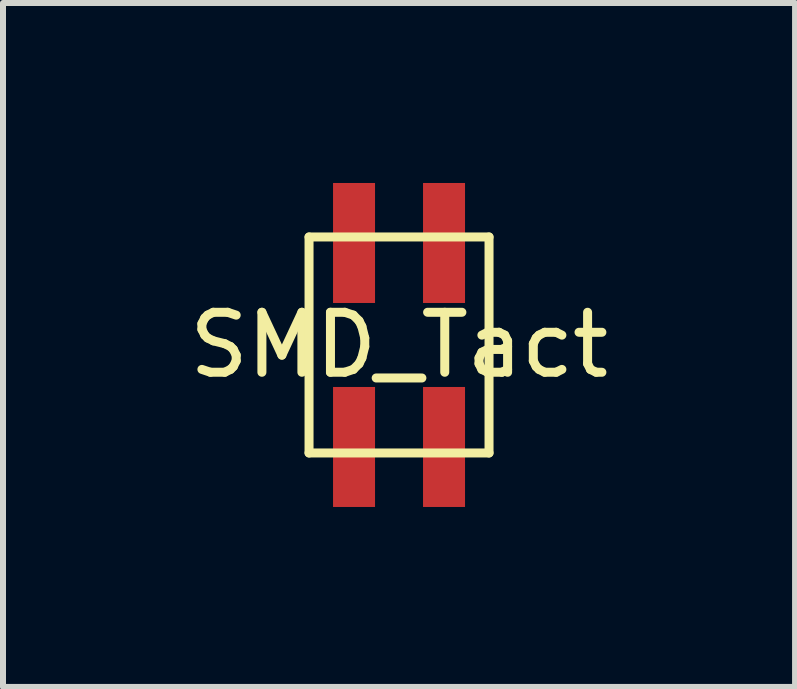
<source format=kicad_pcb>
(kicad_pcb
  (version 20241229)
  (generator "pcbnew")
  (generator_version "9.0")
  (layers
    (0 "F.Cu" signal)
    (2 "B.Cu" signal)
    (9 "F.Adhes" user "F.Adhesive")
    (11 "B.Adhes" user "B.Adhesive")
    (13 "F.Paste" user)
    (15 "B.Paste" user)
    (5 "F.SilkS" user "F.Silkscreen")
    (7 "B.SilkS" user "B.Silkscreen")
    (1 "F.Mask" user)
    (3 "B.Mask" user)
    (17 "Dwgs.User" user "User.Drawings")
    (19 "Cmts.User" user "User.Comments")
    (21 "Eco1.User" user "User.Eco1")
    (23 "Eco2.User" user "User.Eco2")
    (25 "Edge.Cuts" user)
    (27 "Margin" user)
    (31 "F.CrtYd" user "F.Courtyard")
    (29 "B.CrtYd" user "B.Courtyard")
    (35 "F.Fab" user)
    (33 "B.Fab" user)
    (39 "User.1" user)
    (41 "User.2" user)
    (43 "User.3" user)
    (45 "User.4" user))
  (footprint "SMD_Tact"
    (layer "F.Cu")
    (at 3.601 2.7)
    (property "Reference" "SMD_Tact" (at 0 0 0) (layer "F.SilkS") (effects (font (size 1 1) (thickness 0.15))))
    (attr through_hole)
    (fp_line (start -1.5 -1.8) (end 1.5 -1.8) (stroke (width 0.15) (type solid)) (layer "F.SilkS"))
    (fp_line (start -1.5 1.8) (end -1.5 -1.8) (stroke (width 0.15) (type solid)) (layer "F.SilkS"))
    (fp_line (start 1.5 -1.8) (end 1.5 1.8) (stroke (width 0.15) (type solid)) (layer "F.SilkS"))
    (fp_line (start 1.5 1.8) (end -1.5 1.8) (stroke (width 0.15) (type solid)) (layer "F.SilkS"))
    (pad "1" smd rect (at -0.75 1.7) (size 0.7 2) (layers "F.Cu" "F.Mask" "F.Paste"))
    (pad "2" smd rect (at 0.75 1.7) (size 0.7 2) (layers "F.Cu" "F.Mask" "F.Paste"))
    (pad "3" smd rect (at 0.75 -1.7) (size 0.7 2) (layers "F.Cu" "F.Mask" "F.Paste"))
    (pad "4" smd rect (at -0.75 -1.7) (size 0.7 2) (layers "F.Cu" "F.Mask" "F.Paste")))
  (gr_rect
    (start -3 -3)
    (end 10.202 8.4)
    (stroke (width 0.1) (type default))
    (fill no)
    (layer "Edge.Cuts")))
</source>
